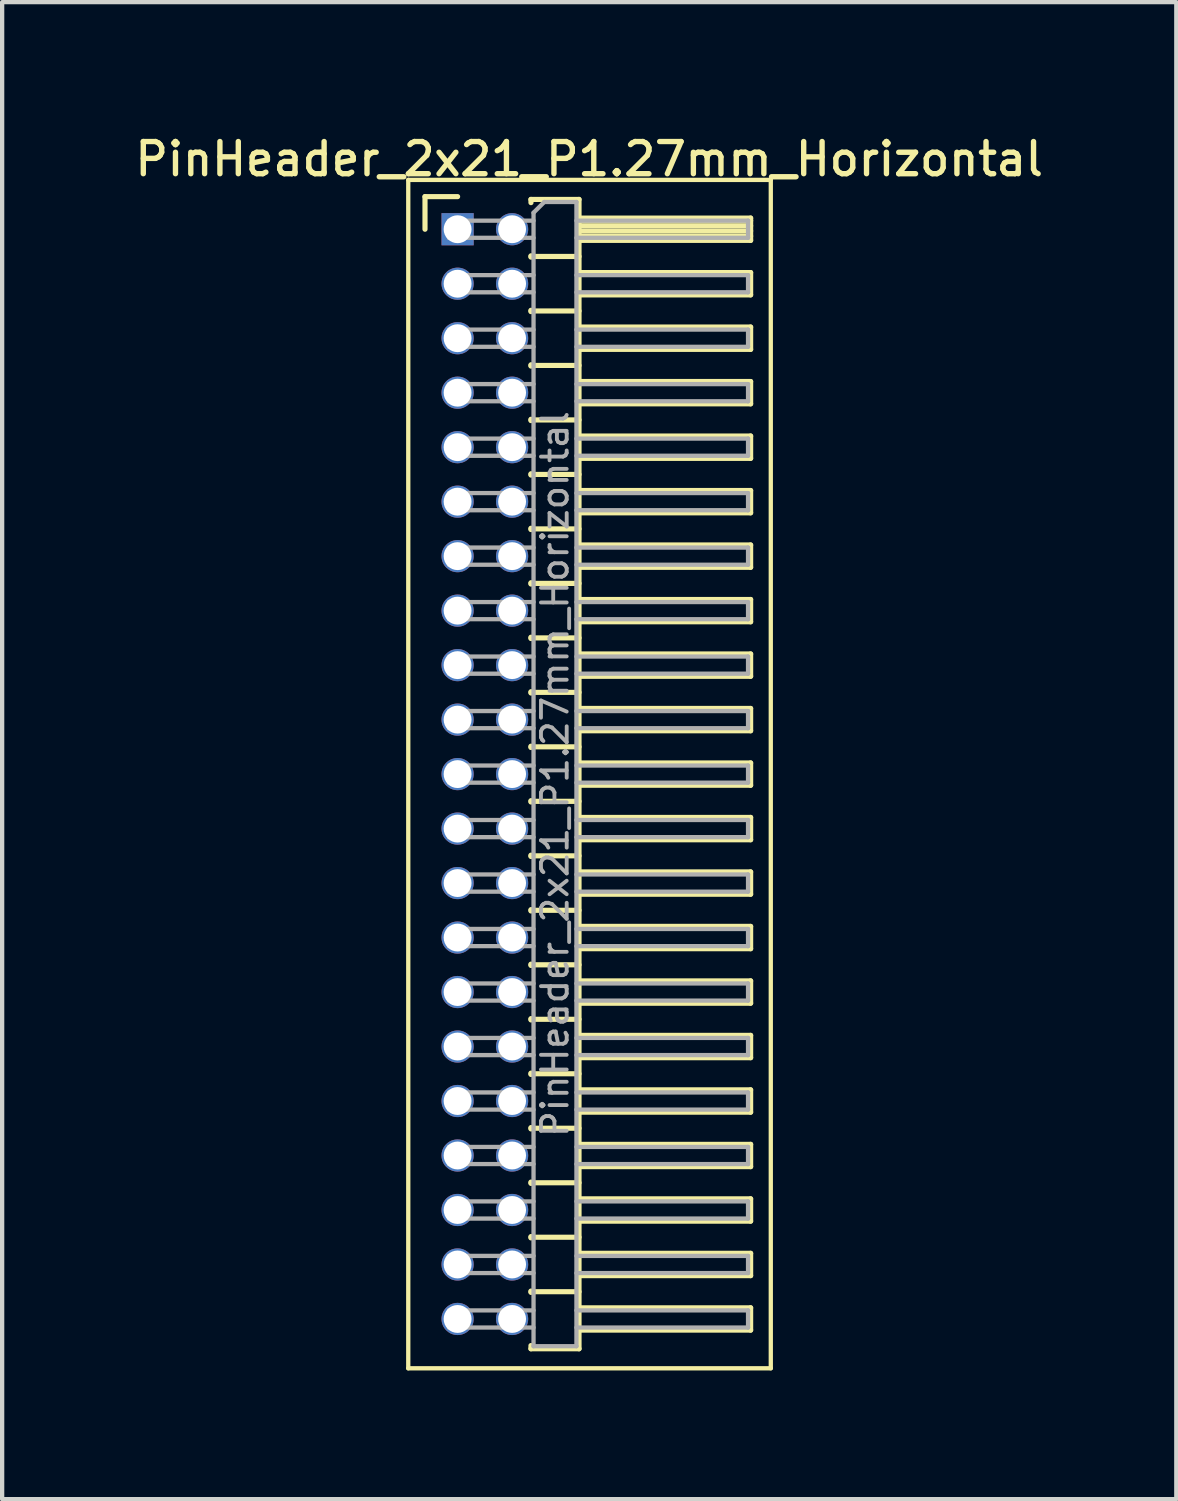
<source format=kicad_pcb>
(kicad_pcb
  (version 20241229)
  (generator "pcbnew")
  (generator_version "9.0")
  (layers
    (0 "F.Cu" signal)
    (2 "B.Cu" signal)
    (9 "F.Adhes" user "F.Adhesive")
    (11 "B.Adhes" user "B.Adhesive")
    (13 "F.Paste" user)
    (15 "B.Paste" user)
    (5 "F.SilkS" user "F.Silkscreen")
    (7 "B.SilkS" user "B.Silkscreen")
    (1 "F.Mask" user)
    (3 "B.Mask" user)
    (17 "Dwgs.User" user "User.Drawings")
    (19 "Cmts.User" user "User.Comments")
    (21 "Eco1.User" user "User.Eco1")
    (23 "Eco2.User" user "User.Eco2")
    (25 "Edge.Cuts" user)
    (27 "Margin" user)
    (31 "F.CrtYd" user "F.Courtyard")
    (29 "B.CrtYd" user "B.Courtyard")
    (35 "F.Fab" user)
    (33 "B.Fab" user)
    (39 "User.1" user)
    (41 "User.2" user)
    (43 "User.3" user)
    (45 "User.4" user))
  (footprint "PinHeader_2x21_P1.27mm_Horizontal"
    (layer "F.Cu")
    (at 7.616 2.293)
    (property "Reference" "PinHeader_2x21_P1.27mm_Horizontal" (at 3.067 -1.635 0) (layer "F.SilkS") (effects (font (size 0.75 0.75) (thickness 0.125))))
    (attr through_hole)
    (fp_line (start -1.15 -1.15) (end -1.15 26.55) (stroke (width 0.1) (type solid)) (layer "F.SilkS"))
    (fp_line (start -1.15 26.55) (end 7.3 26.55) (stroke (width 0.1) (type solid)) (layer "F.SilkS"))
    (fp_line (start -0.76 -0.76) (end 0 -0.76) (stroke (width 0.12) (type solid)) (layer "F.SilkS"))
    (fp_line (start -0.76 0) (end -0.76 -0.76) (stroke (width 0.12) (type solid)) (layer "F.SilkS"))
    (fp_line (start 1.71 -0.695) (end 2.83 -0.695) (stroke (width 0.12) (type solid)) (layer "F.SilkS"))
    (fp_line (start 1.71 -0.62) (end 1.71 -0.695) (stroke (width 0.12) (type solid)) (layer "F.SilkS"))
    (fp_line (start 1.71 0.62) (end 1.71 0.65) (stroke (width 0.12) (type solid)) (layer "F.SilkS"))
    (fp_line (start 1.71 0.635) (end 2.83 0.635) (stroke (width 0.12) (type solid)) (layer "F.SilkS"))
    (fp_line (start 1.71 1.89) (end 1.71 1.92) (stroke (width 0.12) (type solid)) (layer "F.SilkS"))
    (fp_line (start 1.71 1.905) (end 2.83 1.905) (stroke (width 0.12) (type solid)) (layer "F.SilkS"))
    (fp_line (start 1.71 3.16) (end 1.71 3.19) (stroke (width 0.12) (type solid)) (layer "F.SilkS"))
    (fp_line (start 1.71 3.175) (end 2.83 3.175) (stroke (width 0.12) (type solid)) (layer "F.SilkS"))
    (fp_line (start 1.71 4.43) (end 1.71 4.46) (stroke (width 0.12) (type solid)) (layer "F.SilkS"))
    (fp_line (start 1.71 4.445) (end 2.83 4.445) (stroke (width 0.12) (type solid)) (layer "F.SilkS"))
    (fp_line (start 1.71 5.7) (end 1.71 5.73) (stroke (width 0.12) (type solid)) (layer "F.SilkS"))
    (fp_line (start 1.71 5.715) (end 2.83 5.715) (stroke (width 0.12) (type solid)) (layer "F.SilkS"))
    (fp_line (start 1.71 6.97) (end 1.71 7) (stroke (width 0.12) (type solid)) (layer "F.SilkS"))
    (fp_line (start 1.71 6.985) (end 2.83 6.985) (stroke (width 0.12) (type solid)) (layer "F.SilkS"))
    (fp_line (start 1.71 8.24) (end 1.71 8.27) (stroke (width 0.12) (type solid)) (layer "F.SilkS"))
    (fp_line (start 1.71 8.255) (end 2.83 8.255) (stroke (width 0.12) (type solid)) (layer "F.SilkS"))
    (fp_line (start 1.71 9.51) (end 1.71 9.54) (stroke (width 0.12) (type solid)) (layer "F.SilkS"))
    (fp_line (start 1.71 9.525) (end 2.83 9.525) (stroke (width 0.12) (type solid)) (layer "F.SilkS"))
    (fp_line (start 1.71 10.78) (end 1.71 10.81) (stroke (width 0.12) (type solid)) (layer "F.SilkS"))
    (fp_line (start 1.71 10.795) (end 2.83 10.795) (stroke (width 0.12) (type solid)) (layer "F.SilkS"))
    (fp_line (start 1.71 12.05) (end 1.71 12.08) (stroke (width 0.12) (type solid)) (layer "F.SilkS"))
    (fp_line (start 1.71 12.065) (end 2.83 12.065) (stroke (width 0.12) (type solid)) (layer "F.SilkS"))
    (fp_line (start 1.71 13.32) (end 1.71 13.35) (stroke (width 0.12) (type solid)) (layer "F.SilkS"))
    (fp_line (start 1.71 13.335) (end 2.83 13.335) (stroke (width 0.12) (type solid)) (layer "F.SilkS"))
    (fp_line (start 1.71 14.59) (end 1.71 14.62) (stroke (width 0.12) (type solid)) (layer "F.SilkS"))
    (fp_line (start 1.71 14.605) (end 2.83 14.605) (stroke (width 0.12) (type solid)) (layer "F.SilkS"))
    (fp_line (start 1.71 15.86) (end 1.71 15.89) (stroke (width 0.12) (type solid)) (layer "F.SilkS"))
    (fp_line (start 1.71 15.875) (end 2.83 15.875) (stroke (width 0.12) (type solid)) (layer "F.SilkS"))
    (fp_line (start 1.71 17.13) (end 1.71 17.16) (stroke (width 0.12) (type solid)) (layer "F.SilkS"))
    (fp_line (start 1.71 17.145) (end 2.83 17.145) (stroke (width 0.12) (type solid)) (layer "F.SilkS"))
    (fp_line (start 1.71 18.4) (end 1.71 18.43) (stroke (width 0.12) (type solid)) (layer "F.SilkS"))
    (fp_line (start 1.71 18.415) (end 2.83 18.415) (stroke (width 0.12) (type solid)) (layer "F.SilkS"))
    (fp_line (start 1.71 19.67) (end 1.71 19.7) (stroke (width 0.12) (type solid)) (layer "F.SilkS"))
    (fp_line (start 1.71 19.685) (end 2.83 19.685) (stroke (width 0.12) (type solid)) (layer "F.SilkS"))
    (fp_line (start 1.71 20.94) (end 1.71 20.97) (stroke (width 0.12) (type solid)) (layer "F.SilkS"))
    (fp_line (start 1.71 20.955) (end 2.83 20.955) (stroke (width 0.12) (type solid)) (layer "F.SilkS"))
    (fp_line (start 1.71 22.21) (end 1.71 22.24) (stroke (width 0.12) (type solid)) (layer "F.SilkS"))
    (fp_line (start 1.71 22.225) (end 2.83 22.225) (stroke (width 0.12) (type solid)) (layer "F.SilkS"))
    (fp_line (start 1.71 23.48) (end 1.71 23.51) (stroke (width 0.12) (type solid)) (layer "F.SilkS"))
    (fp_line (start 1.71 23.495) (end 2.83 23.495) (stroke (width 0.12) (type solid)) (layer "F.SilkS"))
    (fp_line (start 1.71 24.75) (end 1.71 24.78) (stroke (width 0.12) (type solid)) (layer "F.SilkS"))
    (fp_line (start 1.71 24.765) (end 2.83 24.765) (stroke (width 0.12) (type solid)) (layer "F.SilkS"))
    (fp_line (start 1.71 26.095) (end 1.71 26.02) (stroke (width 0.12) (type solid)) (layer "F.SilkS"))
    (fp_line (start 2.83 -0.695) (end 2.83 26.095) (stroke (width 0.12) (type solid)) (layer "F.SilkS"))
    (fp_line (start 2.83 -0.26) (end 6.83 -0.26) (stroke (width 0.12) (type solid)) (layer "F.SilkS"))
    (fp_line (start 2.83 -0.2) (end 6.83 -0.2) (stroke (width 0.12) (type solid)) (layer "F.SilkS"))
    (fp_line (start 2.83 -0.08) (end 6.83 -0.08) (stroke (width 0.12) (type solid)) (layer "F.SilkS"))
    (fp_line (start 2.83 0.04) (end 6.83 0.04) (stroke (width 0.12) (type solid)) (layer "F.SilkS"))
    (fp_line (start 2.83 0.16) (end 6.83 0.16) (stroke (width 0.12) (type solid)) (layer "F.SilkS"))
    (fp_line (start 2.83 1.01) (end 6.83 1.01) (stroke (width 0.12) (type solid)) (layer "F.SilkS"))
    (fp_line (start 2.83 2.28) (end 6.83 2.28) (stroke (width 0.12) (type solid)) (layer "F.SilkS"))
    (fp_line (start 2.83 3.55) (end 6.83 3.55) (stroke (width 0.12) (type solid)) (layer "F.SilkS"))
    (fp_line (start 2.83 4.82) (end 6.83 4.82) (stroke (width 0.12) (type solid)) (layer "F.SilkS"))
    (fp_line (start 2.83 6.09) (end 6.83 6.09) (stroke (width 0.12) (type solid)) (layer "F.SilkS"))
    (fp_line (start 2.83 7.36) (end 6.83 7.36) (stroke (width 0.12) (type solid)) (layer "F.SilkS"))
    (fp_line (start 2.83 8.63) (end 6.83 8.63) (stroke (width 0.12) (type solid)) (layer "F.SilkS"))
    (fp_line (start 2.83 9.9) (end 6.83 9.9) (stroke (width 0.12) (type solid)) (layer "F.SilkS"))
    (fp_line (start 2.83 11.17) (end 6.83 11.17) (stroke (width 0.12) (type solid)) (layer "F.SilkS"))
    (fp_line (start 2.83 12.44) (end 6.83 12.44) (stroke (width 0.12) (type solid)) (layer "F.SilkS"))
    (fp_line (start 2.83 13.71) (end 6.83 13.71) (stroke (width 0.12) (type solid)) (layer "F.SilkS"))
    (fp_line (start 2.83 14.98) (end 6.83 14.98) (stroke (width 0.12) (type solid)) (layer "F.SilkS"))
    (fp_line (start 2.83 16.25) (end 6.83 16.25) (stroke (width 0.12) (type solid)) (layer "F.SilkS"))
    (fp_line (start 2.83 17.52) (end 6.83 17.52) (stroke (width 0.12) (type solid)) (layer "F.SilkS"))
    (fp_line (start 2.83 18.79) (end 6.83 18.79) (stroke (width 0.12) (type solid)) (layer "F.SilkS"))
    (fp_line (start 2.83 20.06) (end 6.83 20.06) (stroke (width 0.12) (type solid)) (layer "F.SilkS"))
    (fp_line (start 2.83 21.33) (end 6.83 21.33) (stroke (width 0.12) (type solid)) (layer "F.SilkS"))
    (fp_line (start 2.83 22.6) (end 6.83 22.6) (stroke (width 0.12) (type solid)) (layer "F.SilkS"))
    (fp_line (start 2.83 23.87) (end 6.83 23.87) (stroke (width 0.12) (type solid)) (layer "F.SilkS"))
    (fp_line (start 2.83 25.14) (end 6.83 25.14) (stroke (width 0.12) (type solid)) (layer "F.SilkS"))
    (fp_line (start 2.83 26.095) (end 1.71 26.095) (stroke (width 0.12) (type solid)) (layer "F.SilkS"))
    (fp_line (start 6.83 -0.26) (end 6.83 0.26) (stroke (width 0.12) (type solid)) (layer "F.SilkS"))
    (fp_line (start 6.83 0.26) (end 2.83 0.26) (stroke (width 0.12) (type solid)) (layer "F.SilkS"))
    (fp_line (start 6.83 1.01) (end 6.83 1.53) (stroke (width 0.12) (type solid)) (layer "F.SilkS"))
    (fp_line (start 6.83 1.53) (end 2.83 1.53) (stroke (width 0.12) (type solid)) (layer "F.SilkS"))
    (fp_line (start 6.83 2.28) (end 6.83 2.8) (stroke (width 0.12) (type solid)) (layer "F.SilkS"))
    (fp_line (start 6.83 2.8) (end 2.83 2.8) (stroke (width 0.12) (type solid)) (layer "F.SilkS"))
    (fp_line (start 6.83 3.55) (end 6.83 4.07) (stroke (width 0.12) (type solid)) (layer "F.SilkS"))
    (fp_line (start 6.83 4.07) (end 2.83 4.07) (stroke (width 0.12) (type solid)) (layer "F.SilkS"))
    (fp_line (start 6.83 4.82) (end 6.83 5.34) (stroke (width 0.12) (type solid)) (layer "F.SilkS"))
    (fp_line (start 6.83 5.34) (end 2.83 5.34) (stroke (width 0.12) (type solid)) (layer "F.SilkS"))
    (fp_line (start 6.83 6.09) (end 6.83 6.61) (stroke (width 0.12) (type solid)) (layer "F.SilkS"))
    (fp_line (start 6.83 6.61) (end 2.83 6.61) (stroke (width 0.12) (type solid)) (layer "F.SilkS"))
    (fp_line (start 6.83 7.36) (end 6.83 7.88) (stroke (width 0.12) (type solid)) (layer "F.SilkS"))
    (fp_line (start 6.83 7.88) (end 2.83 7.88) (stroke (width 0.12) (type solid)) (layer "F.SilkS"))
    (fp_line (start 6.83 8.63) (end 6.83 9.15) (stroke (width 0.12) (type solid)) (layer "F.SilkS"))
    (fp_line (start 6.83 9.15) (end 2.83 9.15) (stroke (width 0.12) (type solid)) (layer "F.SilkS"))
    (fp_line (start 6.83 9.9) (end 6.83 10.42) (stroke (width 0.12) (type solid)) (layer "F.SilkS"))
    (fp_line (start 6.83 10.42) (end 2.83 10.42) (stroke (width 0.12) (type solid)) (layer "F.SilkS"))
    (fp_line (start 6.83 11.17) (end 6.83 11.69) (stroke (width 0.12) (type solid)) (layer "F.SilkS"))
    (fp_line (start 6.83 11.69) (end 2.83 11.69) (stroke (width 0.12) (type solid)) (layer "F.SilkS"))
    (fp_line (start 6.83 12.44) (end 6.83 12.96) (stroke (width 0.12) (type solid)) (layer "F.SilkS"))
    (fp_line (start 6.83 12.96) (end 2.83 12.96) (stroke (width 0.12) (type solid)) (layer "F.SilkS"))
    (fp_line (start 6.83 13.71) (end 6.83 14.23) (stroke (width 0.12) (type solid)) (layer "F.SilkS"))
    (fp_line (start 6.83 14.23) (end 2.83 14.23) (stroke (width 0.12) (type solid)) (layer "F.SilkS"))
    (fp_line (start 6.83 14.98) (end 6.83 15.5) (stroke (width 0.12) (type solid)) (layer "F.SilkS"))
    (fp_line (start 6.83 15.5) (end 2.83 15.5) (stroke (width 0.12) (type solid)) (layer "F.SilkS"))
    (fp_line (start 6.83 16.25) (end 6.83 16.77) (stroke (width 0.12) (type solid)) (layer "F.SilkS"))
    (fp_line (start 6.83 16.77) (end 2.83 16.77) (stroke (width 0.12) (type solid)) (layer "F.SilkS"))
    (fp_line (start 6.83 17.52) (end 6.83 18.04) (stroke (width 0.12) (type solid)) (layer "F.SilkS"))
    (fp_line (start 6.83 18.04) (end 2.83 18.04) (stroke (width 0.12) (type solid)) (layer "F.SilkS"))
    (fp_line (start 6.83 18.79) (end 6.83 19.31) (stroke (width 0.12) (type solid)) (layer "F.SilkS"))
    (fp_line (start 6.83 19.31) (end 2.83 19.31) (stroke (width 0.12) (type solid)) (layer "F.SilkS"))
    (fp_line (start 6.83 20.06) (end 6.83 20.58) (stroke (width 0.12) (type solid)) (layer "F.SilkS"))
    (fp_line (start 6.83 20.58) (end 2.83 20.58) (stroke (width 0.12) (type solid)) (layer "F.SilkS"))
    (fp_line (start 6.83 21.33) (end 6.83 21.85) (stroke (width 0.12) (type solid)) (layer "F.SilkS"))
    (fp_line (start 6.83 21.85) (end 2.83 21.85) (stroke (width 0.12) (type solid)) (layer "F.SilkS"))
    (fp_line (start 6.83 22.6) (end 6.83 23.12) (stroke (width 0.12) (type solid)) (layer "F.SilkS"))
    (fp_line (start 6.83 23.12) (end 2.83 23.12) (stroke (width 0.12) (type solid)) (layer "F.SilkS"))
    (fp_line (start 6.83 23.87) (end 6.83 24.39) (stroke (width 0.12) (type solid)) (layer "F.SilkS"))
    (fp_line (start 6.83 24.39) (end 2.83 24.39) (stroke (width 0.12) (type solid)) (layer "F.SilkS"))
    (fp_line (start 6.83 25.14) (end 6.83 25.66) (stroke (width 0.12) (type solid)) (layer "F.SilkS"))
    (fp_line (start 6.83 25.66) (end 2.83 25.66) (stroke (width 0.12) (type solid)) (layer "F.SilkS"))
    (fp_line (start 7.3 -1.15) (end -1.15 -1.15) (stroke (width 0.1) (type solid)) (layer "F.SilkS"))
    (fp_line (start 7.3 26.55) (end 7.3 -1.15) (stroke (width 0.1) (type solid)) (layer "F.SilkS"))
    (fp_line (start -0.2 -0.2) (end -0.2 0.2) (stroke (width 0.1) (type solid)) (layer "F.Fab"))
    (fp_line (start -0.2 -0.2) (end 1.77 -0.2) (stroke (width 0.1) (type solid)) (layer "F.Fab"))
    (fp_line (start -0.2 0.2) (end 1.77 0.2) (stroke (width 0.1) (type solid)) (layer "F.Fab"))
    (fp_line (start -0.2 1.07) (end -0.2 1.47) (stroke (width 0.1) (type solid)) (layer "F.Fab"))
    (fp_line (start -0.2 1.07) (end 1.77 1.07) (stroke (width 0.1) (type solid)) (layer "F.Fab"))
    (fp_line (start -0.2 1.47) (end 1.77 1.47) (stroke (width 0.1) (type solid)) (layer "F.Fab"))
    (fp_line (start -0.2 2.34) (end -0.2 2.74) (stroke (width 0.1) (type solid)) (layer "F.Fab"))
    (fp_line (start -0.2 2.34) (end 1.77 2.34) (stroke (width 0.1) (type solid)) (layer "F.Fab"))
    (fp_line (start -0.2 2.74) (end 1.77 2.74) (stroke (width 0.1) (type solid)) (layer "F.Fab"))
    (fp_line (start -0.2 3.61) (end -0.2 4.01) (stroke (width 0.1) (type solid)) (layer "F.Fab"))
    (fp_line (start -0.2 3.61) (end 1.77 3.61) (stroke (width 0.1) (type solid)) (layer "F.Fab"))
    (fp_line (start -0.2 4.01) (end 1.77 4.01) (stroke (width 0.1) (type solid)) (layer "F.Fab"))
    (fp_line (start -0.2 4.88) (end -0.2 5.28) (stroke (width 0.1) (type solid)) (layer "F.Fab"))
    (fp_line (start -0.2 4.88) (end 1.77 4.88) (stroke (width 0.1) (type solid)) (layer "F.Fab"))
    (fp_line (start -0.2 5.28) (end 1.77 5.28) (stroke (width 0.1) (type solid)) (layer "F.Fab"))
    (fp_line (start -0.2 6.15) (end -0.2 6.55) (stroke (width 0.1) (type solid)) (layer "F.Fab"))
    (fp_line (start -0.2 6.15) (end 1.77 6.15) (stroke (width 0.1) (type solid)) (layer "F.Fab"))
    (fp_line (start -0.2 6.55) (end 1.77 6.55) (stroke (width 0.1) (type solid)) (layer "F.Fab"))
    (fp_line (start -0.2 7.42) (end -0.2 7.82) (stroke (width 0.1) (type solid)) (layer "F.Fab"))
    (fp_line (start -0.2 7.42) (end 1.77 7.42) (stroke (width 0.1) (type solid)) (layer "F.Fab"))
    (fp_line (start -0.2 7.82) (end 1.77 7.82) (stroke (width 0.1) (type solid)) (layer "F.Fab"))
    (fp_line (start -0.2 8.69) (end -0.2 9.09) (stroke (width 0.1) (type solid)) (layer "F.Fab"))
    (fp_line (start -0.2 8.69) (end 1.77 8.69) (stroke (width 0.1) (type solid)) (layer "F.Fab"))
    (fp_line (start -0.2 9.09) (end 1.77 9.09) (stroke (width 0.1) (type solid)) (layer "F.Fab"))
    (fp_line (start -0.2 9.96) (end -0.2 10.36) (stroke (width 0.1) (type solid)) (layer "F.Fab"))
    (fp_line (start -0.2 9.96) (end 1.77 9.96) (stroke (width 0.1) (type solid)) (layer "F.Fab"))
    (fp_line (start -0.2 10.36) (end 1.77 10.36) (stroke (width 0.1) (type solid)) (layer "F.Fab"))
    (fp_line (start -0.2 11.23) (end -0.2 11.63) (stroke (width 0.1) (type solid)) (layer "F.Fab"))
    (fp_line (start -0.2 11.23) (end 1.77 11.23) (stroke (width 0.1) (type solid)) (layer "F.Fab"))
    (fp_line (start -0.2 11.63) (end 1.77 11.63) (stroke (width 0.1) (type solid)) (layer "F.Fab"))
    (fp_line (start -0.2 12.5) (end -0.2 12.9) (stroke (width 0.1) (type solid)) (layer "F.Fab"))
    (fp_line (start -0.2 12.5) (end 1.77 12.5) (stroke (width 0.1) (type solid)) (layer "F.Fab"))
    (fp_line (start -0.2 12.9) (end 1.77 12.9) (stroke (width 0.1) (type solid)) (layer "F.Fab"))
    (fp_line (start -0.2 13.77) (end -0.2 14.17) (stroke (width 0.1) (type solid)) (layer "F.Fab"))
    (fp_line (start -0.2 13.77) (end 1.77 13.77) (stroke (width 0.1) (type solid)) (layer "F.Fab"))
    (fp_line (start -0.2 14.17) (end 1.77 14.17) (stroke (width 0.1) (type solid)) (layer "F.Fab"))
    (fp_line (start -0.2 15.04) (end -0.2 15.44) (stroke (width 0.1) (type solid)) (layer "F.Fab"))
    (fp_line (start -0.2 15.04) (end 1.77 15.04) (stroke (width 0.1) (type solid)) (layer "F.Fab"))
    (fp_line (start -0.2 15.44) (end 1.77 15.44) (stroke (width 0.1) (type solid)) (layer "F.Fab"))
    (fp_line (start -0.2 16.31) (end -0.2 16.71) (stroke (width 0.1) (type solid)) (layer "F.Fab"))
    (fp_line (start -0.2 16.31) (end 1.77 16.31) (stroke (width 0.1) (type solid)) (layer "F.Fab"))
    (fp_line (start -0.2 16.71) (end 1.77 16.71) (stroke (width 0.1) (type solid)) (layer "F.Fab"))
    (fp_line (start -0.2 17.58) (end -0.2 17.98) (stroke (width 0.1) (type solid)) (layer "F.Fab"))
    (fp_line (start -0.2 17.58) (end 1.77 17.58) (stroke (width 0.1) (type solid)) (layer "F.Fab"))
    (fp_line (start -0.2 17.98) (end 1.77 17.98) (stroke (width 0.1) (type solid)) (layer "F.Fab"))
    (fp_line (start -0.2 18.85) (end -0.2 19.25) (stroke (width 0.1) (type solid)) (layer "F.Fab"))
    (fp_line (start -0.2 18.85) (end 1.77 18.85) (stroke (width 0.1) (type solid)) (layer "F.Fab"))
    (fp_line (start -0.2 19.25) (end 1.77 19.25) (stroke (width 0.1) (type solid)) (layer "F.Fab"))
    (fp_line (start -0.2 20.12) (end -0.2 20.52) (stroke (width 0.1) (type solid)) (layer "F.Fab"))
    (fp_line (start -0.2 20.12) (end 1.77 20.12) (stroke (width 0.1) (type solid)) (layer "F.Fab"))
    (fp_line (start -0.2 20.52) (end 1.77 20.52) (stroke (width 0.1) (type solid)) (layer "F.Fab"))
    (fp_line (start -0.2 21.39) (end -0.2 21.79) (stroke (width 0.1) (type solid)) (layer "F.Fab"))
    (fp_line (start -0.2 21.39) (end 1.77 21.39) (stroke (width 0.1) (type solid)) (layer "F.Fab"))
    (fp_line (start -0.2 21.79) (end 1.77 21.79) (stroke (width 0.1) (type solid)) (layer "F.Fab"))
    (fp_line (start -0.2 22.66) (end -0.2 23.06) (stroke (width 0.1) (type solid)) (layer "F.Fab"))
    (fp_line (start -0.2 22.66) (end 1.77 22.66) (stroke (width 0.1) (type solid)) (layer "F.Fab"))
    (fp_line (start -0.2 23.06) (end 1.77 23.06) (stroke (width 0.1) (type solid)) (layer "F.Fab"))
    (fp_line (start -0.2 23.93) (end -0.2 24.33) (stroke (width 0.1) (type solid)) (layer "F.Fab"))
    (fp_line (start -0.2 23.93) (end 1.77 23.93) (stroke (width 0.1) (type solid)) (layer "F.Fab"))
    (fp_line (start -0.2 24.33) (end 1.77 24.33) (stroke (width 0.1) (type solid)) (layer "F.Fab"))
    (fp_line (start -0.2 25.2) (end -0.2 25.6) (stroke (width 0.1) (type solid)) (layer "F.Fab"))
    (fp_line (start -0.2 25.2) (end 1.77 25.2) (stroke (width 0.1) (type solid)) (layer "F.Fab"))
    (fp_line (start -0.2 25.6) (end 1.77 25.6) (stroke (width 0.1) (type solid)) (layer "F.Fab"))
    (fp_line (start 1.77 -0.385) (end 2.02 -0.635) (stroke (width 0.1) (type solid)) (layer "F.Fab"))
    (fp_line (start 1.77 26.035) (end 1.77 -0.385) (stroke (width 0.1) (type solid)) (layer "F.Fab"))
    (fp_line (start 2.02 -0.635) (end 2.77 -0.635) (stroke (width 0.1) (type solid)) (layer "F.Fab"))
    (fp_line (start 2.77 -0.635) (end 2.77 26.035) (stroke (width 0.1) (type solid)) (layer "F.Fab"))
    (fp_line (start 2.77 -0.2) (end 6.77 -0.2) (stroke (width 0.1) (type solid)) (layer "F.Fab"))
    (fp_line (start 2.77 0.2) (end 6.77 0.2) (stroke (width 0.1) (type solid)) (layer "F.Fab"))
    (fp_line (start 2.77 1.07) (end 6.77 1.07) (stroke (width 0.1) (type solid)) (layer "F.Fab"))
    (fp_line (start 2.77 1.47) (end 6.77 1.47) (stroke (width 0.1) (type solid)) (layer "F.Fab"))
    (fp_line (start 2.77 2.34) (end 6.77 2.34) (stroke (width 0.1) (type solid)) (layer "F.Fab"))
    (fp_line (start 2.77 2.74) (end 6.77 2.74) (stroke (width 0.1) (type solid)) (layer "F.Fab"))
    (fp_line (start 2.77 3.61) (end 6.77 3.61) (stroke (width 0.1) (type solid)) (layer "F.Fab"))
    (fp_line (start 2.77 4.01) (end 6.77 4.01) (stroke (width 0.1) (type solid)) (layer "F.Fab"))
    (fp_line (start 2.77 4.88) (end 6.77 4.88) (stroke (width 0.1) (type solid)) (layer "F.Fab"))
    (fp_line (start 2.77 5.28) (end 6.77 5.28) (stroke (width 0.1) (type solid)) (layer "F.Fab"))
    (fp_line (start 2.77 6.15) (end 6.77 6.15) (stroke (width 0.1) (type solid)) (layer "F.Fab"))
    (fp_line (start 2.77 6.55) (end 6.77 6.55) (stroke (width 0.1) (type solid)) (layer "F.Fab"))
    (fp_line (start 2.77 7.42) (end 6.77 7.42) (stroke (width 0.1) (type solid)) (layer "F.Fab"))
    (fp_line (start 2.77 7.82) (end 6.77 7.82) (stroke (width 0.1) (type solid)) (layer "F.Fab"))
    (fp_line (start 2.77 8.69) (end 6.77 8.69) (stroke (width 0.1) (type solid)) (layer "F.Fab"))
    (fp_line (start 2.77 9.09) (end 6.77 9.09) (stroke (width 0.1) (type solid)) (layer "F.Fab"))
    (fp_line (start 2.77 9.96) (end 6.77 9.96) (stroke (width 0.1) (type solid)) (layer "F.Fab"))
    (fp_line (start 2.77 10.36) (end 6.77 10.36) (stroke (width 0.1) (type solid)) (layer "F.Fab"))
    (fp_line (start 2.77 11.23) (end 6.77 11.23) (stroke (width 0.1) (type solid)) (layer "F.Fab"))
    (fp_line (start 2.77 11.63) (end 6.77 11.63) (stroke (width 0.1) (type solid)) (layer "F.Fab"))
    (fp_line (start 2.77 12.5) (end 6.77 12.5) (stroke (width 0.1) (type solid)) (layer "F.Fab"))
    (fp_line (start 2.77 12.9) (end 6.77 12.9) (stroke (width 0.1) (type solid)) (layer "F.Fab"))
    (fp_line (start 2.77 13.77) (end 6.77 13.77) (stroke (width 0.1) (type solid)) (layer "F.Fab"))
    (fp_line (start 2.77 14.17) (end 6.77 14.17) (stroke (width 0.1) (type solid)) (layer "F.Fab"))
    (fp_line (start 2.77 15.04) (end 6.77 15.04) (stroke (width 0.1) (type solid)) (layer "F.Fab"))
    (fp_line (start 2.77 15.44) (end 6.77 15.44) (stroke (width 0.1) (type solid)) (layer "F.Fab"))
    (fp_line (start 2.77 16.31) (end 6.77 16.31) (stroke (width 0.1) (type solid)) (layer "F.Fab"))
    (fp_line (start 2.77 16.71) (end 6.77 16.71) (stroke (width 0.1) (type solid)) (layer "F.Fab"))
    (fp_line (start 2.77 17.58) (end 6.77 17.58) (stroke (width 0.1) (type solid)) (layer "F.Fab"))
    (fp_line (start 2.77 17.98) (end 6.77 17.98) (stroke (width 0.1) (type solid)) (layer "F.Fab"))
    (fp_line (start 2.77 18.85) (end 6.77 18.85) (stroke (width 0.1) (type solid)) (layer "F.Fab"))
    (fp_line (start 2.77 19.25) (end 6.77 19.25) (stroke (width 0.1) (type solid)) (layer "F.Fab"))
    (fp_line (start 2.77 20.12) (end 6.77 20.12) (stroke (width 0.1) (type solid)) (layer "F.Fab"))
    (fp_line (start 2.77 20.52) (end 6.77 20.52) (stroke (width 0.1) (type solid)) (layer "F.Fab"))
    (fp_line (start 2.77 21.39) (end 6.77 21.39) (stroke (width 0.1) (type solid)) (layer "F.Fab"))
    (fp_line (start 2.77 21.79) (end 6.77 21.79) (stroke (width 0.1) (type solid)) (layer "F.Fab"))
    (fp_line (start 2.77 22.66) (end 6.77 22.66) (stroke (width 0.1) (type solid)) (layer "F.Fab"))
    (fp_line (start 2.77 23.06) (end 6.77 23.06) (stroke (width 0.1) (type solid)) (layer "F.Fab"))
    (fp_line (start 2.77 23.93) (end 6.77 23.93) (stroke (width 0.1) (type solid)) (layer "F.Fab"))
    (fp_line (start 2.77 24.33) (end 6.77 24.33) (stroke (width 0.1) (type solid)) (layer "F.Fab"))
    (fp_line (start 2.77 25.2) (end 6.77 25.2) (stroke (width 0.1) (type solid)) (layer "F.Fab"))
    (fp_line (start 2.77 25.6) (end 6.77 25.6) (stroke (width 0.1) (type solid)) (layer "F.Fab"))
    (fp_line (start 2.77 26.035) (end 1.77 26.035) (stroke (width 0.1) (type solid)) (layer "F.Fab"))
    (fp_line (start 6.77 -0.2) (end 6.77 0.2) (stroke (width 0.1) (type solid)) (layer "F.Fab"))
    (fp_line (start 6.77 1.07) (end 6.77 1.47) (stroke (width 0.1) (type solid)) (layer "F.Fab"))
    (fp_line (start 6.77 2.34) (end 6.77 2.74) (stroke (width 0.1) (type solid)) (layer "F.Fab"))
    (fp_line (start 6.77 3.61) (end 6.77 4.01) (stroke (width 0.1) (type solid)) (layer "F.Fab"))
    (fp_line (start 6.77 4.88) (end 6.77 5.28) (stroke (width 0.1) (type solid)) (layer "F.Fab"))
    (fp_line (start 6.77 6.15) (end 6.77 6.55) (stroke (width 0.1) (type solid)) (layer "F.Fab"))
    (fp_line (start 6.77 7.42) (end 6.77 7.82) (stroke (width 0.1) (type solid)) (layer "F.Fab"))
    (fp_line (start 6.77 8.69) (end 6.77 9.09) (stroke (width 0.1) (type solid)) (layer "F.Fab"))
    (fp_line (start 6.77 9.96) (end 6.77 10.36) (stroke (width 0.1) (type solid)) (layer "F.Fab"))
    (fp_line (start 6.77 11.23) (end 6.77 11.63) (stroke (width 0.1) (type solid)) (layer "F.Fab"))
    (fp_line (start 6.77 12.5) (end 6.77 12.9) (stroke (width 0.1) (type solid)) (layer "F.Fab"))
    (fp_line (start 6.77 13.77) (end 6.77 14.17) (stroke (width 0.1) (type solid)) (layer "F.Fab"))
    (fp_line (start 6.77 15.04) (end 6.77 15.44) (stroke (width 0.1) (type solid)) (layer "F.Fab"))
    (fp_line (start 6.77 16.31) (end 6.77 16.71) (stroke (width 0.1) (type solid)) (layer "F.Fab"))
    (fp_line (start 6.77 17.58) (end 6.77 17.98) (stroke (width 0.1) (type solid)) (layer "F.Fab"))
    (fp_line (start 6.77 18.85) (end 6.77 19.25) (stroke (width 0.1) (type solid)) (layer "F.Fab"))
    (fp_line (start 6.77 20.12) (end 6.77 20.52) (stroke (width 0.1) (type solid)) (layer "F.Fab"))
    (fp_line (start 6.77 21.39) (end 6.77 21.79) (stroke (width 0.1) (type solid)) (layer "F.Fab"))
    (fp_line (start 6.77 22.66) (end 6.77 23.06) (stroke (width 0.1) (type solid)) (layer "F.Fab"))
    (fp_line (start 6.77 23.93) (end 6.77 24.33) (stroke (width 0.1) (type solid)) (layer "F.Fab"))
    (fp_line (start 6.77 25.2) (end 6.77 25.6) (stroke (width 0.1) (type solid)) (layer "F.Fab"))
    (fp_text user "${REFERENCE}" (at 2.27 12.7 90) (layer "F.Fab") (effects (font (size 0.6 0.6) (thickness 0.09))))
    (pad "1" thru_hole rect (at 0 0) (size 0.75 0.75) (drill 0.65) (layers "*.Cu" "*.Mask"))
    (pad "2" thru_hole oval (at 1.27 0) (size 0.75 0.75) (drill 0.65) (layers "*.Cu" "*.Mask"))
    (pad "3" thru_hole oval (at 0 1.27) (size 0.75 0.75) (drill 0.65) (layers "*.Cu" "*.Mask"))
    (pad "4" thru_hole oval (at 1.27 1.27) (size 0.75 0.75) (drill 0.65) (layers "*.Cu" "*.Mask"))
    (pad "5" thru_hole oval (at 0 2.54) (size 0.75 0.75) (drill 0.65) (layers "*.Cu" "*.Mask"))
    (pad "6" thru_hole oval (at 1.27 2.54) (size 0.75 0.75) (drill 0.65) (layers "*.Cu" "*.Mask"))
    (pad "7" thru_hole oval (at 0 3.81) (size 0.75 0.75) (drill 0.65) (layers "*.Cu" "*.Mask"))
    (pad "8" thru_hole oval (at 1.27 3.81) (size 0.75 0.75) (drill 0.65) (layers "*.Cu" "*.Mask"))
    (pad "9" thru_hole oval (at 0 5.08) (size 0.75 0.75) (drill 0.65) (layers "*.Cu" "*.Mask"))
    (pad "10" thru_hole oval (at 1.27 5.08) (size 0.75 0.75) (drill 0.65) (layers "*.Cu" "*.Mask"))
    (pad "11" thru_hole oval (at 0 6.35) (size 0.75 0.75) (drill 0.65) (layers "*.Cu" "*.Mask"))
    (pad "12" thru_hole oval (at 1.27 6.35) (size 0.75 0.75) (drill 0.65) (layers "*.Cu" "*.Mask"))
    (pad "13" thru_hole oval (at 0 7.62) (size 0.75 0.75) (drill 0.65) (layers "*.Cu" "*.Mask"))
    (pad "14" thru_hole oval (at 1.27 7.62) (size 0.75 0.75) (drill 0.65) (layers "*.Cu" "*.Mask"))
    (pad "15" thru_hole oval (at 0 8.89) (size 0.75 0.75) (drill 0.65) (layers "*.Cu" "*.Mask"))
    (pad "16" thru_hole oval (at 1.27 8.89) (size 0.75 0.75) (drill 0.65) (layers "*.Cu" "*.Mask"))
    (pad "17" thru_hole oval (at 0 10.16) (size 0.75 0.75) (drill 0.65) (layers "*.Cu" "*.Mask"))
    (pad "18" thru_hole oval (at 1.27 10.16) (size 0.75 0.75) (drill 0.65) (layers "*.Cu" "*.Mask"))
    (pad "19" thru_hole oval (at 0 11.43) (size 0.75 0.75) (drill 0.65) (layers "*.Cu" "*.Mask"))
    (pad "20" thru_hole oval (at 1.27 11.43) (size 0.75 0.75) (drill 0.65) (layers "*.Cu" "*.Mask"))
    (pad "21" thru_hole oval (at 0 12.7) (size 0.75 0.75) (drill 0.65) (layers "*.Cu" "*.Mask"))
    (pad "22" thru_hole oval (at 1.27 12.7) (size 0.75 0.75) (drill 0.65) (layers "*.Cu" "*.Mask"))
    (pad "23" thru_hole oval (at 0 13.97) (size 0.75 0.75) (drill 0.65) (layers "*.Cu" "*.Mask"))
    (pad "24" thru_hole oval (at 1.27 13.97) (size 0.75 0.75) (drill 0.65) (layers "*.Cu" "*.Mask"))
    (pad "25" thru_hole oval (at 0 15.24) (size 0.75 0.75) (drill 0.65) (layers "*.Cu" "*.Mask"))
    (pad "26" thru_hole oval (at 1.27 15.24) (size 0.75 0.75) (drill 0.65) (layers "*.Cu" "*.Mask"))
    (pad "27" thru_hole oval (at 0 16.51) (size 0.75 0.75) (drill 0.65) (layers "*.Cu" "*.Mask"))
    (pad "28" thru_hole oval (at 1.27 16.51) (size 0.75 0.75) (drill 0.65) (layers "*.Cu" "*.Mask"))
    (pad "29" thru_hole oval (at 0 17.78) (size 0.75 0.75) (drill 0.65) (layers "*.Cu" "*.Mask"))
    (pad "30" thru_hole oval (at 1.27 17.78) (size 0.75 0.75) (drill 0.65) (layers "*.Cu" "*.Mask"))
    (pad "31" thru_hole oval (at 0 19.05) (size 0.75 0.75) (drill 0.65) (layers "*.Cu" "*.Mask"))
    (pad "32" thru_hole oval (at 1.27 19.05) (size 0.75 0.75) (drill 0.65) (layers "*.Cu" "*.Mask"))
    (pad "33" thru_hole oval (at 0 20.32) (size 0.75 0.75) (drill 0.65) (layers "*.Cu" "*.Mask"))
    (pad "34" thru_hole oval (at 1.27 20.32) (size 0.75 0.75) (drill 0.65) (layers "*.Cu" "*.Mask"))
    (pad "35" thru_hole oval (at 0 21.59) (size 0.75 0.75) (drill 0.65) (layers "*.Cu" "*.Mask"))
    (pad "36" thru_hole oval (at 1.27 21.59) (size 0.75 0.75) (drill 0.65) (layers "*.Cu" "*.Mask"))
    (pad "37" thru_hole oval (at 0 22.86) (size 0.75 0.75) (drill 0.65) (layers "*.Cu" "*.Mask"))
    (pad "38" thru_hole oval (at 1.27 22.86) (size 0.75 0.75) (drill 0.65) (layers "*.Cu" "*.Mask"))
    (pad "39" thru_hole oval (at 0 24.13) (size 0.75 0.75) (drill 0.65) (layers "*.Cu" "*.Mask"))
    (pad "40" thru_hole oval (at 1.27 24.13) (size 0.75 0.75) (drill 0.65) (layers "*.Cu" "*.Mask"))
    (pad "41" thru_hole oval (at 0 25.4) (size 0.75 0.75) (drill 0.65) (layers "*.Cu" "*.Mask"))
    (pad "42" thru_hole oval (at 1.27 25.4) (size 0.75 0.75) (drill 0.65) (layers "*.Cu" "*.Mask")))
  (gr_rect
    (start -3 -3)
    (end 24.368 31.893)
    (stroke (width 0.1) (type default))
    (fill no)
    (layer "Edge.Cuts")))
</source>
